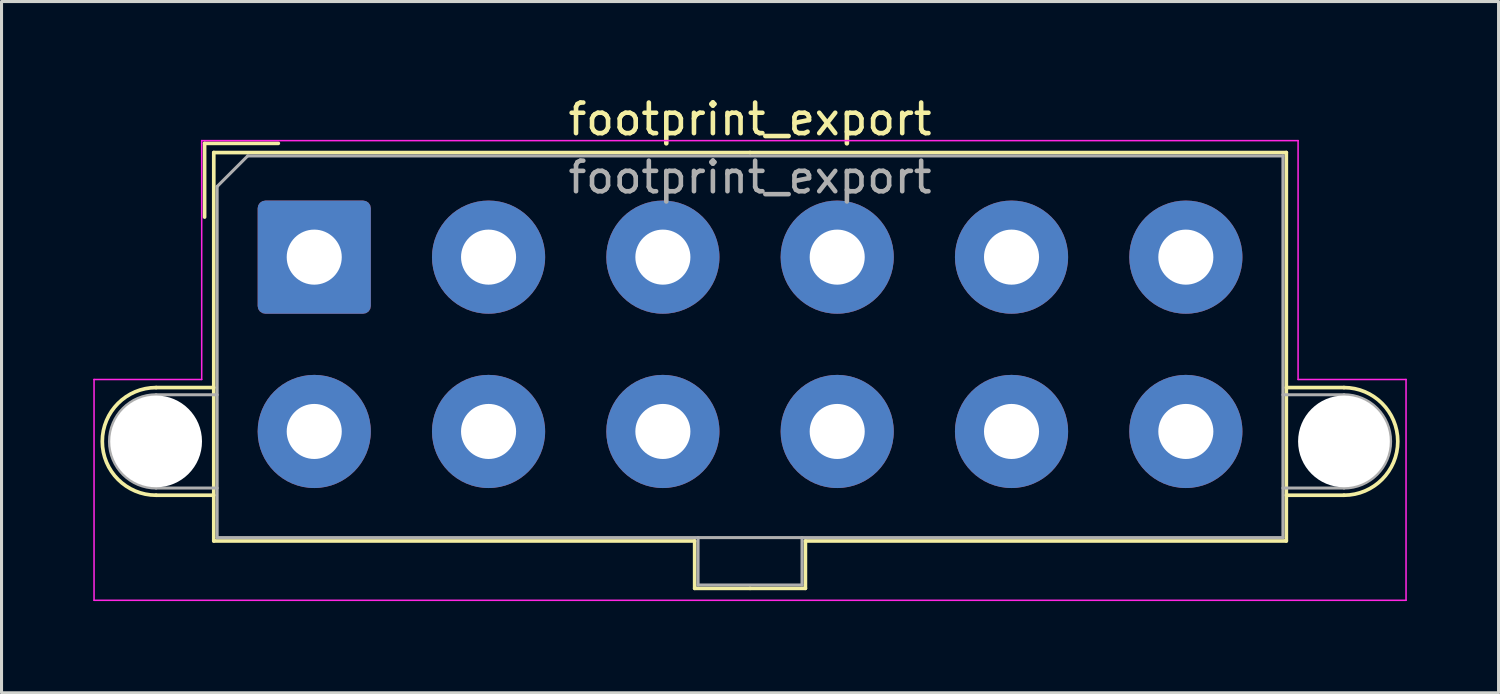
<source format=kicad_pcb>
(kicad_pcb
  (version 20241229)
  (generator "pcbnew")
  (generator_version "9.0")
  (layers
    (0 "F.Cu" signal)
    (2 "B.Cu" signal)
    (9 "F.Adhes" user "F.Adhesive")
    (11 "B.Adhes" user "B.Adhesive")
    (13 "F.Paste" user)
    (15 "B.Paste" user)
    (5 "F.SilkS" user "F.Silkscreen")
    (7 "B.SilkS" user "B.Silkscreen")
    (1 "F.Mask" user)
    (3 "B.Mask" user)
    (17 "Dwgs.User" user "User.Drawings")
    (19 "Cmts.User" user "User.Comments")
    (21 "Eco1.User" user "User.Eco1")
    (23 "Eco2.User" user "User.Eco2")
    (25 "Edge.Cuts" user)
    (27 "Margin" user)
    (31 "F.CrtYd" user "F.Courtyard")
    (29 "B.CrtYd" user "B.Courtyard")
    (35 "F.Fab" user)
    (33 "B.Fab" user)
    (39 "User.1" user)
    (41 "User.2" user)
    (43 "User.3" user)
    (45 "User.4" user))
  (footprint "footprint_export"
    (layer "F.Cu")
    (at 7.225 5.358)
    (property "Reference" "footprint_export" (at 14.25 -4.51 0) (layer "F.SilkS") (effects (font (size 1 1) (thickness 0.15))))
    (attr through_hole)
    (fp_line (start -5.17 4.265) (end -3.285 4.265) (stroke (width 0.12) (type solid)) (layer "F.SilkS"))
    (fp_line (start -5.17 7.785) (end -3.285 7.785) (stroke (width 0.12) (type solid)) (layer "F.SilkS"))
    (fp_line (start -3.585 -3.72) (end -1.175 -3.72) (stroke (width 0.12) (type solid)) (layer "F.SilkS"))
    (fp_line (start -3.585 -1.31) (end -3.585 -3.72) (stroke (width 0.12) (type solid)) (layer "F.SilkS"))
    (fp_line (start -3.285 -3.42) (end -3.285 9.28) (stroke (width 0.12) (type solid)) (layer "F.SilkS"))
    (fp_line (start -3.285 9.28) (end 12.44 9.28) (stroke (width 0.12) (type solid)) (layer "F.SilkS"))
    (fp_line (start 12.44 9.28) (end 12.44 10.83) (stroke (width 0.12) (type solid)) (layer "F.SilkS"))
    (fp_line (start 12.44 10.83) (end 14.25 10.83) (stroke (width 0.12) (type solid)) (layer "F.SilkS"))
    (fp_line (start 14.25 -3.42) (end -3.285 -3.42) (stroke (width 0.12) (type solid)) (layer "F.SilkS"))
    (fp_line (start 14.25 -3.42) (end 31.785 -3.42) (stroke (width 0.12) (type solid)) (layer "F.SilkS"))
    (fp_line (start 16.06 9.28) (end 16.06 10.83) (stroke (width 0.12) (type solid)) (layer "F.SilkS"))
    (fp_line (start 16.06 10.83) (end 14.25 10.83) (stroke (width 0.12) (type solid)) (layer "F.SilkS"))
    (fp_line (start 31.785 -3.42) (end 31.785 9.28) (stroke (width 0.12) (type solid)) (layer "F.SilkS"))
    (fp_line (start 31.785 9.28) (end 16.06 9.28) (stroke (width 0.12) (type solid)) (layer "F.SilkS"))
    (fp_line (start 33.67 4.265) (end 31.785 4.265) (stroke (width 0.12) (type solid)) (layer "F.SilkS"))
    (fp_line (start 33.67 7.785) (end 31.785 7.785) (stroke (width 0.12) (type solid)) (layer "F.SilkS"))
    (fp_arc (start -5.17 7.785) (mid -6.93 6.025) (end -5.17 4.265) (stroke (width 0.12) (type solid)) (layer "F.SilkS"))
    (fp_arc (start 33.67 4.265) (mid 35.43 6.025) (end 33.67 7.785) (stroke (width 0.12) (type solid)) (layer "F.SilkS"))
    (fp_line (start -7.2 4) (end -7.2 11.22) (stroke (width 0.05) (type solid)) (layer "F.CrtYd"))
    (fp_line (start -7.2 11.22) (end 35.7 11.22) (stroke (width 0.05) (type solid)) (layer "F.CrtYd"))
    (fp_line (start -3.68 -3.81) (end -3.68 4) (stroke (width 0.05) (type solid)) (layer "F.CrtYd"))
    (fp_line (start -3.68 4) (end -7.2 4) (stroke (width 0.05) (type solid)) (layer "F.CrtYd"))
    (fp_line (start 32.17 -3.81) (end -3.68 -3.81) (stroke (width 0.05) (type solid)) (layer "F.CrtYd"))
    (fp_line (start 32.17 4) (end 32.17 -3.81) (stroke (width 0.05) (type solid)) (layer "F.CrtYd"))
    (fp_line (start 35.7 4) (end 32.17 4) (stroke (width 0.05) (type solid)) (layer "F.CrtYd"))
    (fp_line (start 35.7 11.22) (end 35.7 4) (stroke (width 0.05) (type solid)) (layer "F.CrtYd"))
    (fp_line (start -5.17 4.5) (end -3.175 4.5) (stroke (width 0.1) (type solid)) (layer "F.Fab"))
    (fp_line (start -5.17 7.55) (end -3.175 7.55) (stroke (width 0.1) (type solid)) (layer "F.Fab"))
    (fp_line (start -3.175 -2.31) (end -3.175 9.17) (stroke (width 0.1) (type solid)) (layer "F.Fab"))
    (fp_line (start -3.175 9.17) (end 31.675 9.17) (stroke (width 0.1) (type solid)) (layer "F.Fab"))
    (fp_line (start -2.175 -3.31) (end -3.175 -2.31) (stroke (width 0.1) (type solid)) (layer "F.Fab"))
    (fp_line (start 12.55 9.17) (end 12.55 10.72) (stroke (width 0.1) (type solid)) (layer "F.Fab"))
    (fp_line (start 12.55 10.72) (end 15.95 10.72) (stroke (width 0.1) (type solid)) (layer "F.Fab"))
    (fp_line (start 15.95 10.72) (end 15.95 9.17) (stroke (width 0.1) (type solid)) (layer "F.Fab"))
    (fp_line (start 31.675 -3.31) (end -2.175 -3.31) (stroke (width 0.1) (type solid)) (layer "F.Fab"))
    (fp_line (start 31.675 9.17) (end 31.675 -3.31) (stroke (width 0.1) (type solid)) (layer "F.Fab"))
    (fp_line (start 33.67 4.5) (end 31.675 4.5) (stroke (width 0.1) (type solid)) (layer "F.Fab"))
    (fp_line (start 33.67 7.55) (end 31.675 7.55) (stroke (width 0.1) (type solid)) (layer "F.Fab"))
    (fp_arc (start -5.17 7.55) (mid -6.695 6.025) (end -5.17 4.5) (stroke (width 0.1) (type solid)) (layer "F.Fab"))
    (fp_arc (start 33.67 4.5) (mid 35.195 6.025) (end 33.67 7.55) (stroke (width 0.1) (type solid)) (layer "F.Fab"))
    (fp_text user "${REFERENCE}" (at 14.25 -2.61 0) (layer "F.Fab") (effects (font (size 1 1) (thickness 0.15))))
    (pad "" np_thru_hole circle (at -5.17 6.025) (size 3 3) (drill 3) (layers "*.Cu" "*.Mask"))
    (pad "" np_thru_hole circle (at 33.67 6.025) (size 3 3) (drill 3) (layers "*.Cu" "*.Mask"))
    (pad "1" thru_hole roundrect (at 0 0) (size 3.7 3.7) (drill 1.8) (layers "*.Cu" "*.Mask") (roundrect_rratio 0.068))
    (pad "2" thru_hole circle (at 5.7 0) (size 3.7 3.7) (drill 1.8) (layers "*.Cu" "*.Mask"))
    (pad "3" thru_hole circle (at 11.4 0) (size 3.7 3.7) (drill 1.8) (layers "*.Cu" "*.Mask"))
    (pad "4" thru_hole circle (at 17.1 0) (size 3.7 3.7) (drill 1.8) (layers "*.Cu" "*.Mask"))
    (pad "5" thru_hole circle (at 22.8 0) (size 3.7 3.7) (drill 1.8) (layers "*.Cu" "*.Mask"))
    (pad "6" thru_hole circle (at 28.5 0) (size 3.7 3.7) (drill 1.8) (layers "*.Cu" "*.Mask"))
    (pad "7" thru_hole circle (at 0 5.7) (size 3.7 3.7) (drill 1.8) (layers "*.Cu" "*.Mask"))
    (pad "8" thru_hole circle (at 5.7 5.7) (size 3.7 3.7) (drill 1.8) (layers "*.Cu" "*.Mask"))
    (pad "9" thru_hole circle (at 11.4 5.7) (size 3.7 3.7) (drill 1.8) (layers "*.Cu" "*.Mask"))
    (pad "10" thru_hole circle (at 17.1 5.7) (size 3.7 3.7) (drill 1.8) (layers "*.Cu" "*.Mask"))
    (pad "11" thru_hole circle (at 22.8 5.7) (size 3.7 3.7) (drill 1.8) (layers "*.Cu" "*.Mask"))
    (pad "12" thru_hole circle (at 28.5 5.7) (size 3.7 3.7) (drill 1.8) (layers "*.Cu" "*.Mask")))
  (gr_rect
    (start -3 -3)
    (end 45.95 19.603)
    (stroke (width 0.1) (type default))
    (fill no)
    (layer "Edge.Cuts")))
</source>
